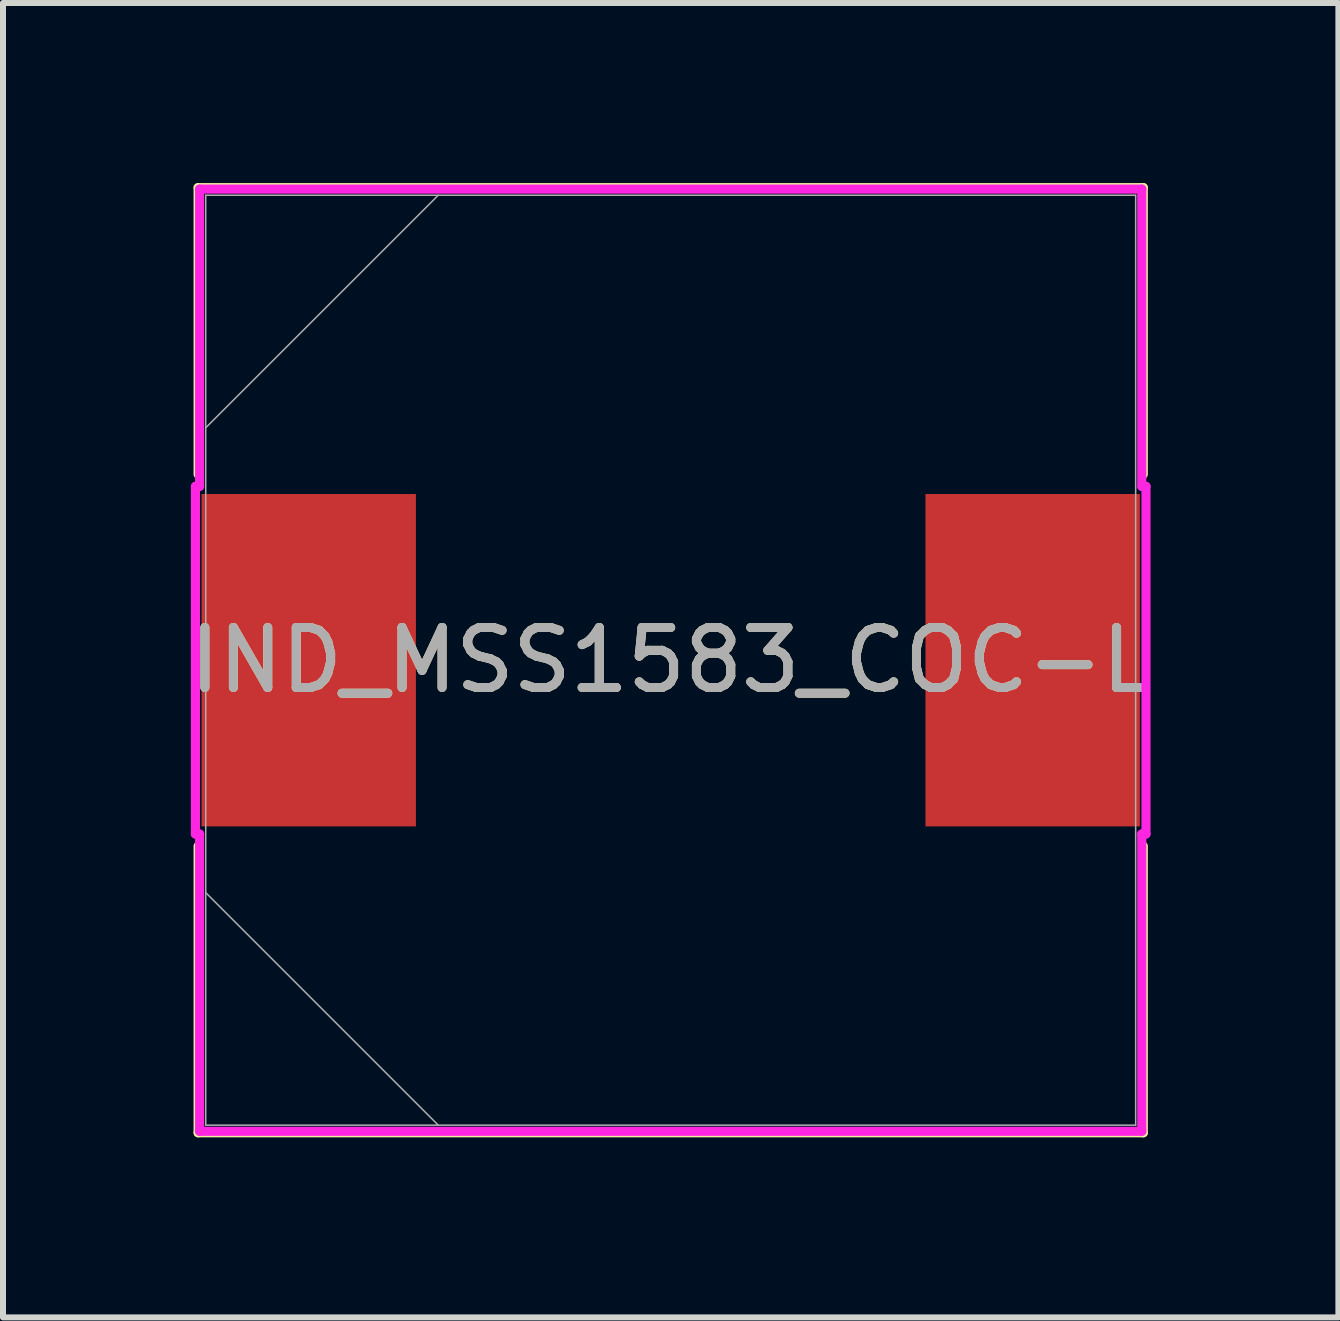
<source format=kicad_pcb>
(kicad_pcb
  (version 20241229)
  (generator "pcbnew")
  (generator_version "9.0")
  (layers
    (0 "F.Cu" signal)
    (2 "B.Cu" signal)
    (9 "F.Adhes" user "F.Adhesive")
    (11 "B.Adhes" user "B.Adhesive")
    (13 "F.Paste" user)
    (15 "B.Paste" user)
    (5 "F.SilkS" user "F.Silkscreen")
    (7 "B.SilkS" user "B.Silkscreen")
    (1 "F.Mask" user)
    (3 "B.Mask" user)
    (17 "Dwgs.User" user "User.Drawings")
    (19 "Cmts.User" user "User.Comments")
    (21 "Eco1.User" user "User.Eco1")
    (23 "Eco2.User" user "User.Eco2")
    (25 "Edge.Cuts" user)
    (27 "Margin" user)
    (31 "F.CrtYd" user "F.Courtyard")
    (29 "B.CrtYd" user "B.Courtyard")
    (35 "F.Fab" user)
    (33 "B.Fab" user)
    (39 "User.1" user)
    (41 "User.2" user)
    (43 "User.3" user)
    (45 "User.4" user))
  (footprint "IND_MSS1583_COC-L"
    (layer "F.Cu")
    (at 8.125 7.95)
    (property "Reference" "IND_MSS1583_COC-L" (at 0 0 0) (unlocked yes) (layer "F.SilkS") (effects (font (size 1 1) (thickness 0.15))))
    (attr smd)
    (fp_line (start -7.874 -7.874) (end -7.874 -3.097) (stroke (width 0.152) (type solid)) (layer "F.SilkS"))
    (fp_line (start -7.874 3.097) (end -7.874 7.874) (stroke (width 0.152) (type solid)) (layer "F.SilkS"))
    (fp_line (start -7.874 7.874) (end 7.874 7.874) (stroke (width 0.152) (type solid)) (layer "F.SilkS"))
    (fp_line (start 7.874 -7.874) (end -7.874 -7.874) (stroke (width 0.152) (type solid)) (layer "F.SilkS"))
    (fp_line (start 7.874 -3.097) (end 7.874 -7.874) (stroke (width 0.152) (type solid)) (layer "F.SilkS"))
    (fp_line (start 7.874 7.874) (end 7.874 3.097) (stroke (width 0.152) (type solid)) (layer "F.SilkS"))
    (fp_line (start -7.919 -2.896) (end -7.849 -2.896) (stroke (width 0.152) (type solid)) (layer "F.CrtYd"))
    (fp_line (start -7.919 2.896) (end -7.919 -2.896) (stroke (width 0.152) (type solid)) (layer "F.CrtYd"))
    (fp_line (start -7.849 -7.849) (end 7.849 -7.849) (stroke (width 0.152) (type solid)) (layer "F.CrtYd"))
    (fp_line (start -7.849 -2.896) (end -7.849 -7.849) (stroke (width 0.152) (type solid)) (layer "F.CrtYd"))
    (fp_line (start -7.849 2.896) (end -7.919 2.896) (stroke (width 0.152) (type solid)) (layer "F.CrtYd"))
    (fp_line (start -7.849 2.896) (end -7.849 7.849) (stroke (width 0.152) (type solid)) (layer "F.CrtYd"))
    (fp_line (start -7.849 7.849) (end 7.849 7.849) (stroke (width 0.152) (type solid)) (layer "F.CrtYd"))
    (fp_line (start 7.849 -7.849) (end 7.849 -2.896) (stroke (width 0.152) (type solid)) (layer "F.CrtYd"))
    (fp_line (start 7.849 -2.896) (end 7.919 -2.896) (stroke (width 0.152) (type solid)) (layer "F.CrtYd"))
    (fp_line (start 7.849 2.896) (end 7.919 2.896) (stroke (width 0.152) (type solid)) (layer "F.CrtYd"))
    (fp_line (start 7.849 7.849) (end 7.849 2.896) (stroke (width 0.152) (type solid)) (layer "F.CrtYd"))
    (fp_line (start 7.919 -2.896) (end 7.919 2.896) (stroke (width 0.152) (type solid)) (layer "F.CrtYd"))
    (fp_line (start -7.747 -7.747) (end -7.747 7.747) (stroke (width 0.025) (type solid)) (layer "F.Fab"))
    (fp_line (start -7.747 -3.873) (end -3.873 -7.747) (stroke (width 0.025) (type solid)) (layer "F.Fab"))
    (fp_line (start -7.747 3.873) (end -3.873 7.747) (stroke (width 0.025) (type solid)) (layer "F.Fab"))
    (fp_line (start -7.747 7.747) (end 7.747 7.747) (stroke (width 0.025) (type solid)) (layer "F.Fab"))
    (fp_line (start 7.747 -7.747) (end -7.747 -7.747) (stroke (width 0.025) (type solid)) (layer "F.Fab"))
    (fp_line (start 7.747 7.747) (end 7.747 -7.747) (stroke (width 0.025) (type solid)) (layer "F.Fab"))
    (fp_text user "${REFERENCE}" (at 0 0 0) (unlocked yes) (layer "F.Fab") (effects (font (size 1 1) (thickness 0.15))))
    (pad "1" smd rect (at -6.031 0 90) (size 5.538 3.572) (layers "F.Cu" "F.Mask" "F.Paste"))
    (pad "2" smd rect (at 6.031 0 90) (size 5.538 3.572) (layers "F.Cu" "F.Mask" "F.Paste")))
  (gr_rect
    (start -3 -3)
    (end 19.25 18.9)
    (stroke (width 0.1) (type default))
    (fill no)
    (layer "Edge.Cuts")))
</source>
